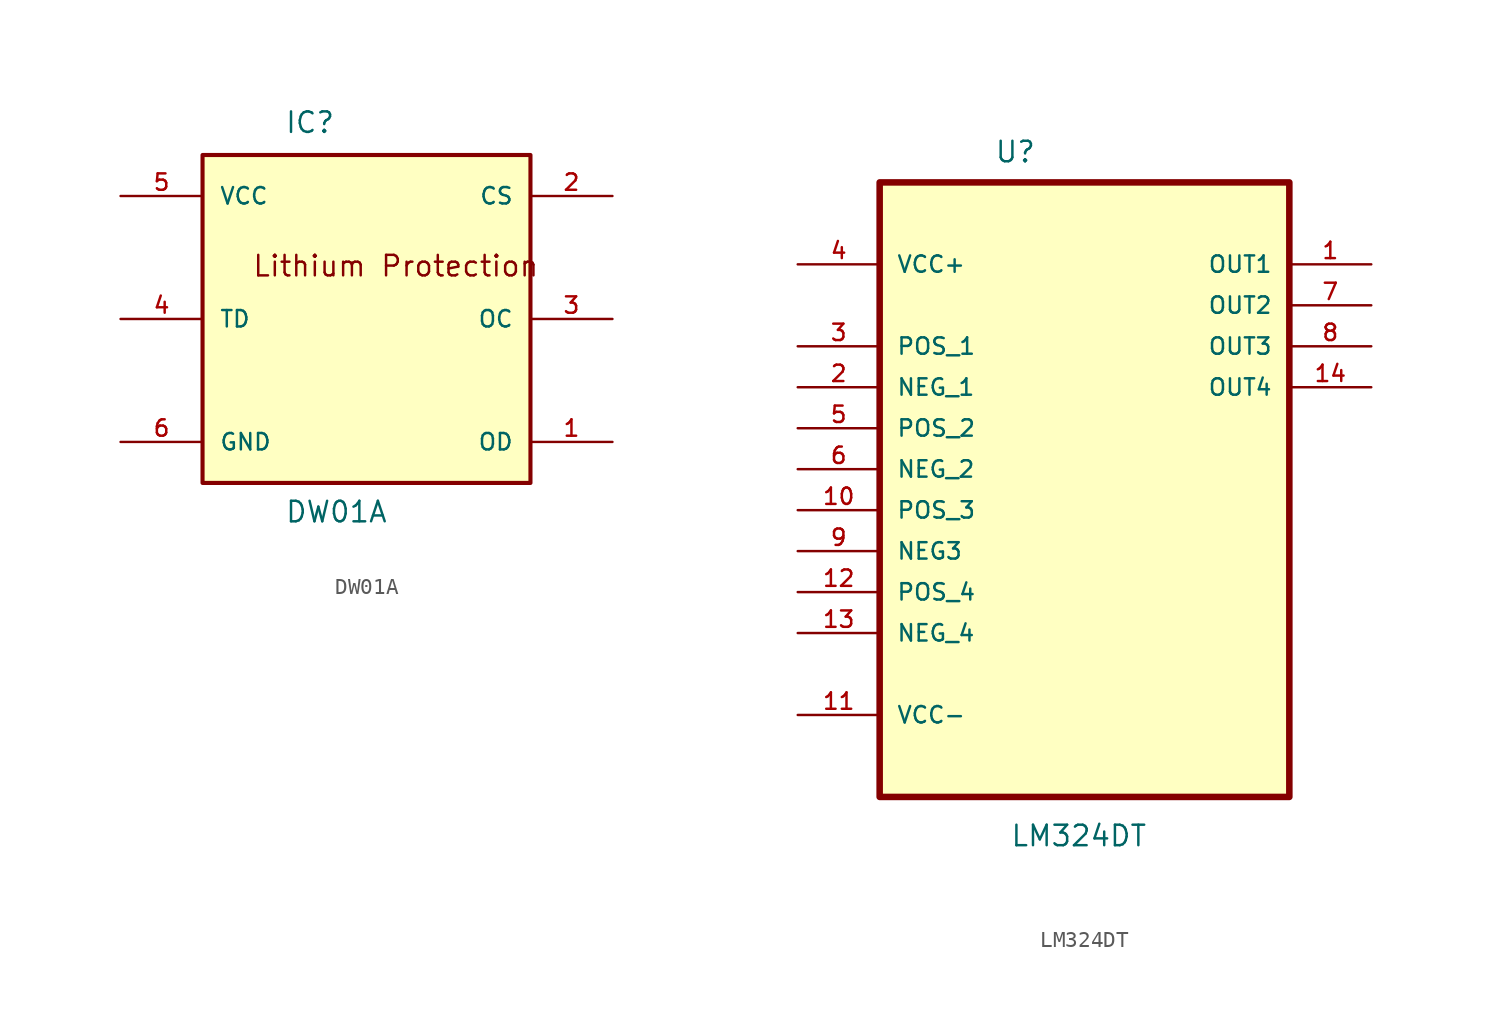
<source format=kicad_sym>
(kicad_symbol_lib
  (version 20211014)
  (generator kicad_symbol_editor)
  (symbol "DW01A"
    (pin_names
      (offset 1.016))
    (property "Reference" "IC"
      (at -5.08 11.43 0)
      (effects (font (size 1.27 1.27)) (justify left bottom)))
    (property "Value" "DW01A"
      (at -5.08 -12.7 0)
      (effects (font (size 1.27 1.27)) (justify left bottom)))
    (symbol "DW01A_0_0"
      (rectangle (start -10.16 -10.16) (end 10.16 10.16) (stroke (width 0.254) (type default) (color 0 0 0 0)) (fill (type background)))
      (text "Lithium Protection" (at -7.112 2.54 0) (effects (font (size 1.27 1.27)) (justify left bottom)))
      (pin bidirectional line (at 15.24 -7.62 180) (length 5.08) (name "OD" (effects (font (size 1.016 1.016)))) (number "1" (effects (font (size 1.016 1.016)))))
      (pin bidirectional line (at 15.24 7.62 180) (length 5.08) (name "CS" (effects (font (size 1.016 1.016)))) (number "2" (effects (font (size 1.016 1.016)))))
      (pin bidirectional line (at 15.24 0 180) (length 5.08) (name "OC" (effects (font (size 1.016 1.016)))) (number "3" (effects (font (size 1.016 1.016)))))
      (pin bidirectional line (at -15.24 0 0) (length 5.08) (name "TD" (effects (font (size 1.016 1.016)))) (number "4" (effects (font (size 1.016 1.016)))))
      (pin power_in line (at -15.24 7.62 0) (length 5.08) (name "VCC" (effects (font (size 1.016 1.016)))) (number "5" (effects (font (size 1.016 1.016)))))
      (pin power_in line (at -15.24 -7.62 0) (length 5.08) (name "GND" (effects (font (size 1.016 1.016)))) (number "6" (effects (font (size 1.016 1.016)))))))
  (symbol "LM324DT"
    (pin_names
      (offset 1.016))
    (property "Reference" "U"
      (at -5.599 16.389 0)
      (effects (font (size 1.27 1.27)) (justify left bottom)))
    (property "Value" "LM324DT"
      (at -4.624 -26.017 0)
      (effects (font (size 1.27 1.27)) (justify left bottom)))
    (symbol "LM324DT_0_0"
      (rectangle (start -12.7 -22.86) (end 12.7 15.24) (stroke (width 0.406) (type default) (color 0 0 0 0)) (fill (type background)))
      (pin output line (at 17.78 10.16 180) (length 5.08) (name "OUT1" (effects (font (size 1.016 1.016)))) (number "1" (effects (font (size 1.016 1.016)))))
      (pin input line (at -17.78 -5.08 0) (length 5.08) (name "POS_3" (effects (font (size 1.016 1.016)))) (number "10" (effects (font (size 1.016 1.016)))))
      (pin power_in line (at -17.78 -17.78 0) (length 5.08) (name "VCC-" (effects (font (size 1.016 1.016)))) (number "11" (effects (font (size 1.016 1.016)))))
      (pin input line (at -17.78 -10.16 0) (length 5.08) (name "POS_4" (effects (font (size 1.016 1.016)))) (number "12" (effects (font (size 1.016 1.016)))))
      (pin input line (at -17.78 -12.7 0) (length 5.08) (name "NEG_4" (effects (font (size 1.016 1.016)))) (number "13" (effects (font (size 1.016 1.016)))))
      (pin output line (at 17.78 2.54 180) (length 5.08) (name "OUT4" (effects (font (size 1.016 1.016)))) (number "14" (effects (font (size 1.016 1.016)))))
      (pin input line (at -17.78 2.54 0) (length 5.08) (name "NEG_1" (effects (font (size 1.016 1.016)))) (number "2" (effects (font (size 1.016 1.016)))))
      (pin input line (at -17.78 5.08 0) (length 5.08) (name "POS_1" (effects (font (size 1.016 1.016)))) (number "3" (effects (font (size 1.016 1.016)))))
      (pin power_in line (at -17.78 10.16 0) (length 5.08) (name "VCC+" (effects (font (size 1.016 1.016)))) (number "4" (effects (font (size 1.016 1.016)))))
      (pin input line (at -17.78 0 0) (length 5.08) (name "POS_2" (effects (font (size 1.016 1.016)))) (number "5" (effects (font (size 1.016 1.016)))))
      (pin input line (at -17.78 -2.54 0) (length 5.08) (name "NEG_2" (effects (font (size 1.016 1.016)))) (number "6" (effects (font (size 1.016 1.016)))))
      (pin output line (at 17.78 7.62 180) (length 5.08) (name "OUT2" (effects (font (size 1.016 1.016)))) (number "7" (effects (font (size 1.016 1.016)))))
      (pin output line (at 17.78 5.08 180) (length 5.08) (name "OUT3" (effects (font (size 1.016 1.016)))) (number "8" (effects (font (size 1.016 1.016)))))
      (pin input line (at -17.78 -7.62 0) (length 5.08) (name "NEG3" (effects (font (size 1.016 1.016)))) (number "9" (effects (font (size 1.016 1.016))))))))
</source>
